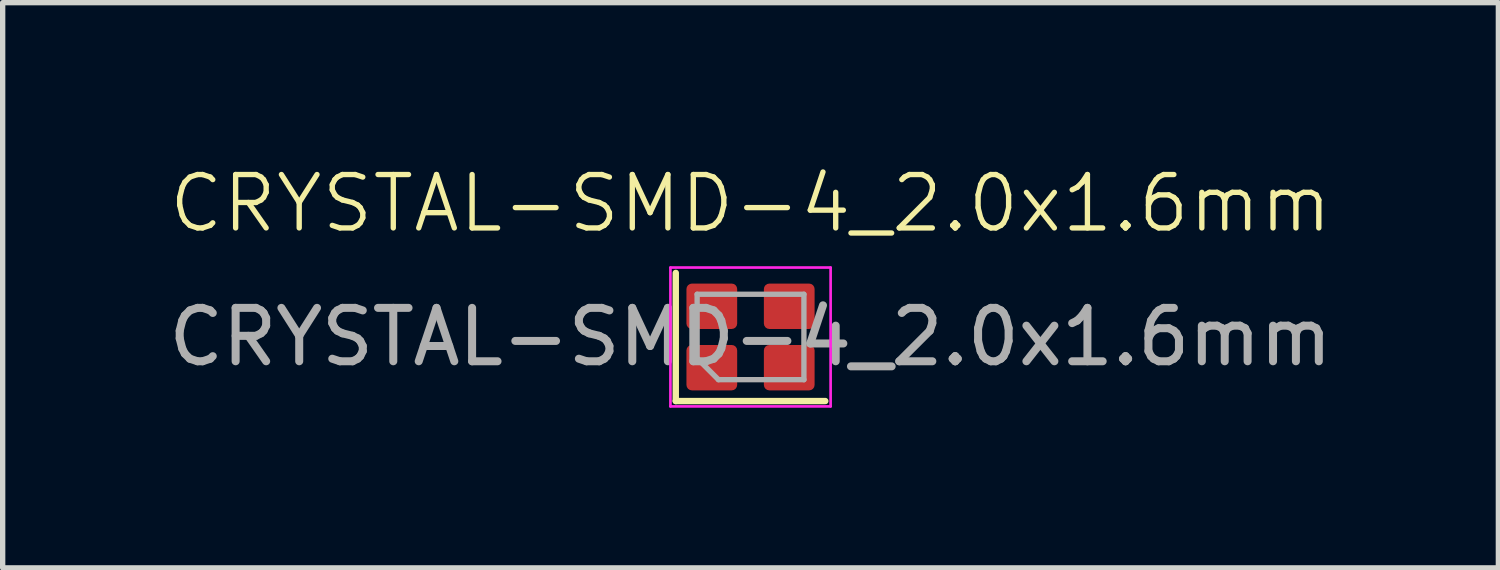
<source format=kicad_pcb>
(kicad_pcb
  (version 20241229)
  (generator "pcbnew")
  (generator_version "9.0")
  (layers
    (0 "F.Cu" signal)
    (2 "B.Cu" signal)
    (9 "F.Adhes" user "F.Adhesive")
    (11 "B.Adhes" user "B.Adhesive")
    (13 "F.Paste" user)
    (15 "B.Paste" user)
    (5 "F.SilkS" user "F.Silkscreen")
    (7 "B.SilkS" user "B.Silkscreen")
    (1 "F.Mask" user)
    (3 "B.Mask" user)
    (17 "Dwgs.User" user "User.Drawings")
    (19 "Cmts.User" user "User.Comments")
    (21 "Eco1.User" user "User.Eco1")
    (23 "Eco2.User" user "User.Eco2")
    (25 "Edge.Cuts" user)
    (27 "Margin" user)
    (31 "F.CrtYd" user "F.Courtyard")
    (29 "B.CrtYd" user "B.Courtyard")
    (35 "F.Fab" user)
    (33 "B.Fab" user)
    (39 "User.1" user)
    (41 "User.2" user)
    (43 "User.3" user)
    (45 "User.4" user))
  (footprint "CRYSTAL-SMD-4_2.0x1.6mm"
    (layer "F.Cu")
    (at 11.006 3.361)
    (property "Reference" "CRYSTAL-SMD-4_2.0x1.6mm" (at 0 -2.6 0) (unlocked yes) (layer "F.SilkS") (effects (font (size 1 1) (thickness 0.1))))
    (attr smd)
    (fp_line (start -1.4 -1.3) (end -1.4 1.1) (stroke (width 0.12) (type solid)) (layer "F.SilkS"))
    (fp_line (start -1.4 1.1) (end 1.4 1.1) (stroke (width 0.12) (type solid)) (layer "F.SilkS"))
    (fp_line (start -1.5 -1.4) (end -1.5 1.2) (stroke (width 0.05) (type solid)) (layer "F.CrtYd"))
    (fp_line (start -1.5 1.2) (end 1.5 1.2) (stroke (width 0.05) (type solid)) (layer "F.CrtYd"))
    (fp_line (start 1.5 -1.4) (end -1.5 -1.4) (stroke (width 0.05) (type solid)) (layer "F.CrtYd"))
    (fp_line (start 1.5 1.2) (end 1.5 -1.4) (stroke (width 0.05) (type solid)) (layer "F.CrtYd"))
    (fp_line (start -1 -0.9) (end 1 -0.9) (stroke (width 0.1) (type solid)) (layer "F.Fab"))
    (fp_line (start -1 0.3) (end -1 -0.9) (stroke (width 0.1) (type solid)) (layer "F.Fab"))
    (fp_line (start -1 0.3) (end -0.6 0.7) (stroke (width 0.1) (type solid)) (layer "F.Fab"))
    (fp_line (start 1 -0.9) (end 1 0.7) (stroke (width 0.1) (type solid)) (layer "F.Fab"))
    (fp_line (start 1 0.7) (end -0.6 0.7) (stroke (width 0.1) (type solid)) (layer "F.Fab"))
    (fp_text user "${REFERENCE}" (at 0 -0.1 0) (unlocked yes) (layer "F.Fab") (effects (font (size 1 1) (thickness 0.15))))
    (pad "1" smd roundrect (at -0.725 0.475) (size 0.95 0.85) (layers "F.Cu" "F.Mask" "F.Paste") (roundrect_rratio 0.12))
    (pad "2" smd roundrect (at 0.725 0.475) (size 0.95 0.85) (layers "F.Cu" "F.Mask" "F.Paste") (roundrect_rratio 0.12))
    (pad "3" smd roundrect (at 0.725 -0.675) (size 0.95 0.85) (layers "F.Cu" "F.Mask" "F.Paste") (roundrect_rratio 0.12))
    (pad "4" smd roundrect (at -0.725 -0.675) (size 0.95 0.85) (layers "F.Cu" "F.Mask" "F.Paste") (roundrect_rratio 0.12)))
  (gr_rect
    (start -3 -3)
    (end 25.012 7.585)
    (stroke (width 0.1) (type default))
    (fill no)
    (layer "Edge.Cuts")))
</source>
